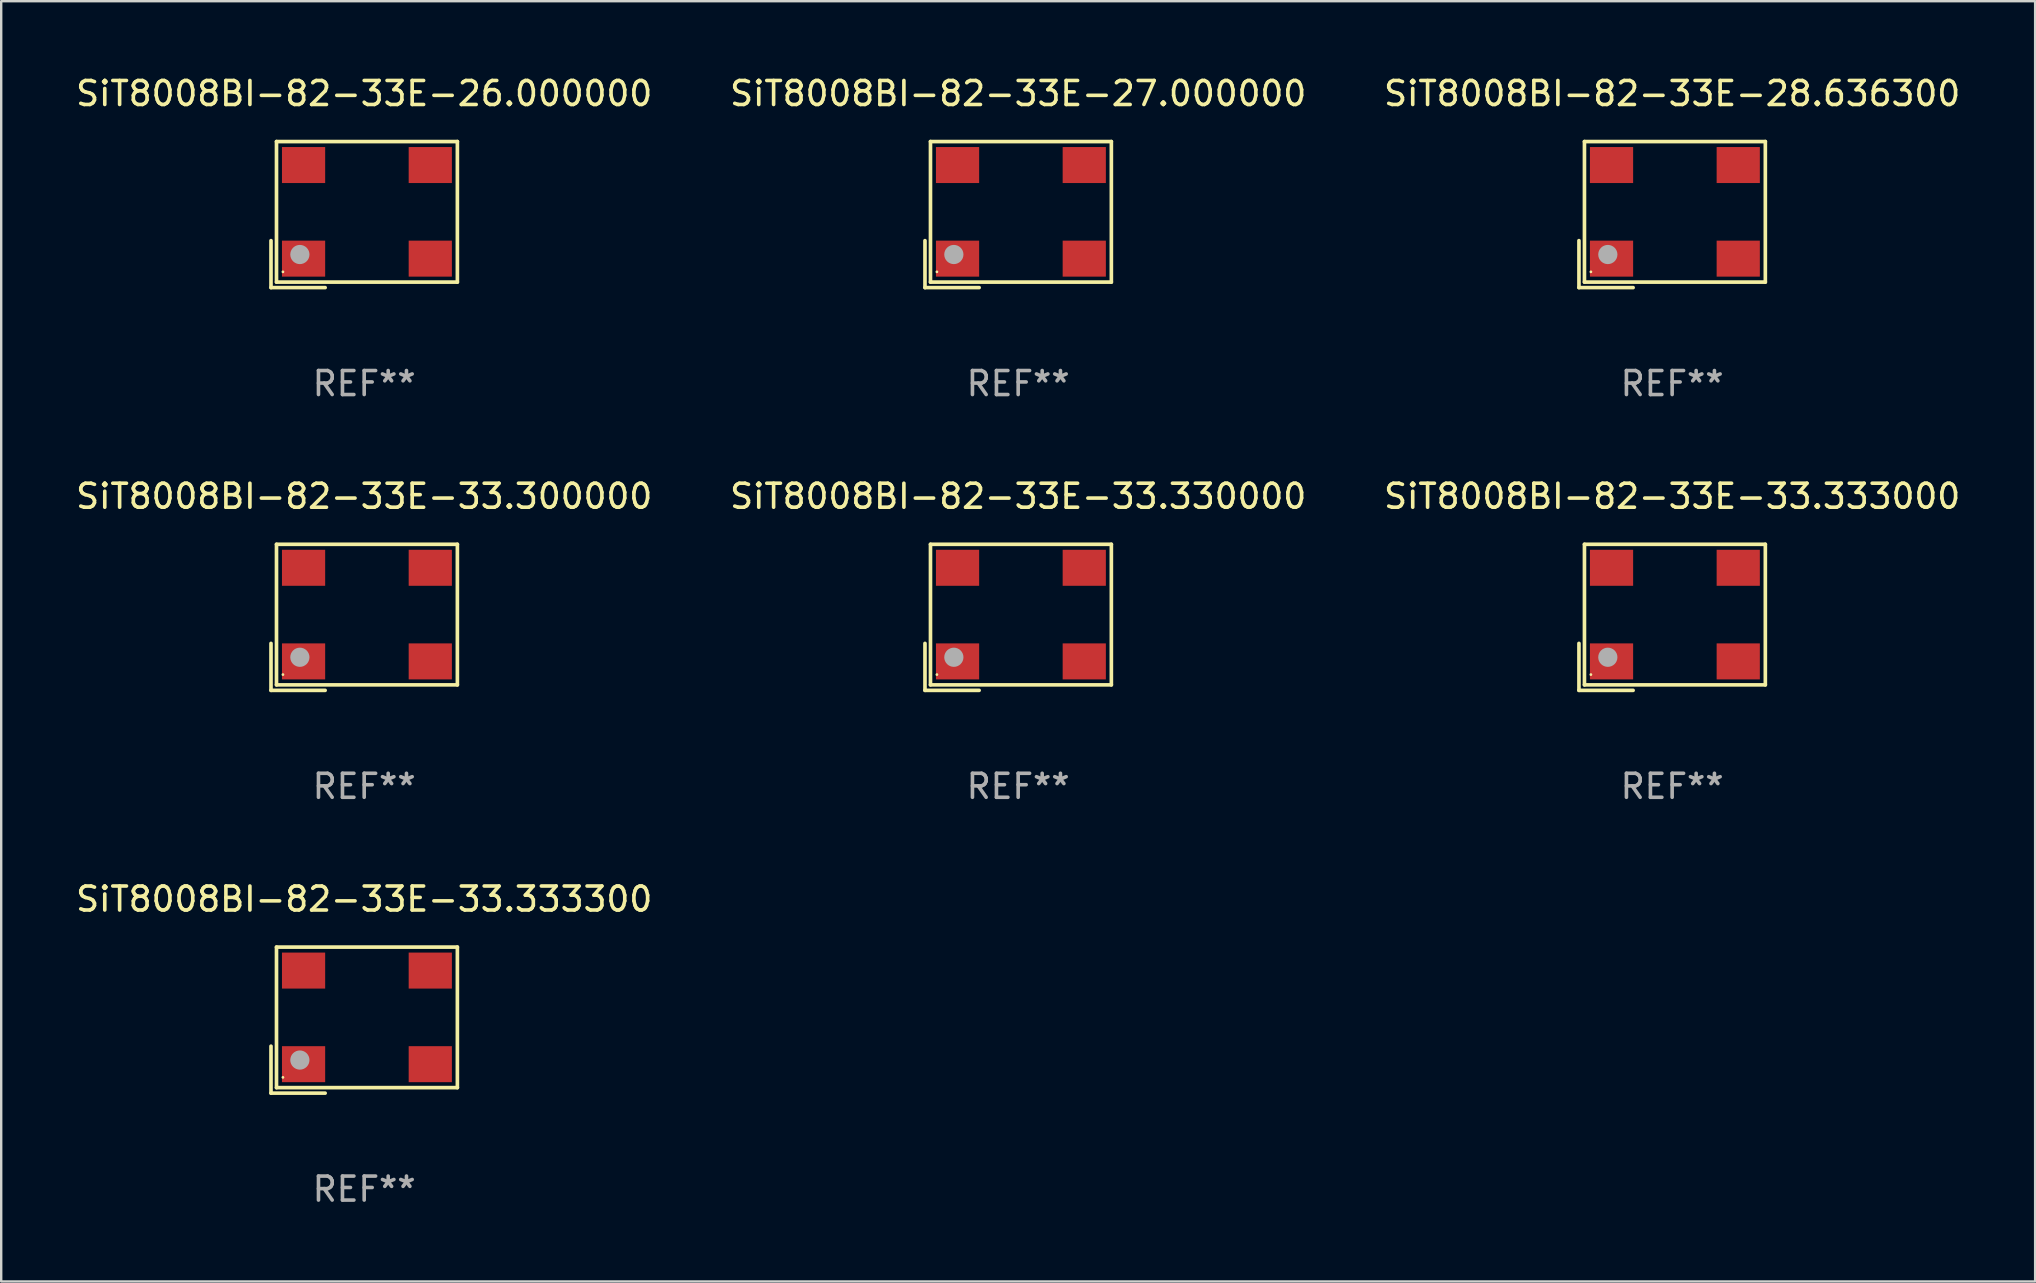
<source format=kicad_pcb>
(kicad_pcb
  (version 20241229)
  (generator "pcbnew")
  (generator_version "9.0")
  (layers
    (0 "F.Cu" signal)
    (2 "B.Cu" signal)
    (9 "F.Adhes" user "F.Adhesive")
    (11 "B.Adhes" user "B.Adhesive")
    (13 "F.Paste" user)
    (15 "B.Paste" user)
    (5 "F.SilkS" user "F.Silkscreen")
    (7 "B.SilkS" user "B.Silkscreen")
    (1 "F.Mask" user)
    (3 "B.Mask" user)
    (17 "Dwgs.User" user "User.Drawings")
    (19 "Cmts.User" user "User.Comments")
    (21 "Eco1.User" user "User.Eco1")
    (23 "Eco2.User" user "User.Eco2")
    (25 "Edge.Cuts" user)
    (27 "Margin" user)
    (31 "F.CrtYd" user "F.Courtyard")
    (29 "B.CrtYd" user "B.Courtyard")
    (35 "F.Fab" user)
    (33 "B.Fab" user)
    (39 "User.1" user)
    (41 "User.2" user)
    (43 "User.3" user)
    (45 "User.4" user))
  (footprint "SiT8008BI-82-33E-33.333300"
    (layer "F.Cu")
    (at 12.125 39.456)
    (property "Reference" "SiT8008BI-82-33E-33.333300" (at 0 -5.043 0) (layer "F.SilkS") (effects (font (size 1 1) (thickness 0.15))))
    (attr through_hole)
    (fp_line (start -3.883 1.086) (end -3.883 3.043) (stroke (width 0.152) (type solid)) (layer "F.SilkS"))
    (fp_line (start -3.883 3.043) (end -1.626 3.043) (stroke (width 0.152) (type solid)) (layer "F.SilkS"))
    (fp_line (start -3.654 -3.043) (end 3.883 -3.043) (stroke (width 0.152) (type solid)) (layer "F.SilkS"))
    (fp_line (start -3.654 2.814) (end -3.654 -3.043) (stroke (width 0.152) (type solid)) (layer "F.SilkS"))
    (fp_line (start 3.883 -3.043) (end 3.883 2.814) (stroke (width 0.152) (type solid)) (layer "F.SilkS"))
    (fp_line (start 3.883 2.814) (end -3.654 2.814) (stroke (width 0.152) (type solid)) (layer "F.SilkS"))
    (fp_circle (center -3.386 2.386) (end -3.356 2.386) (stroke (width 0.06) (type solid)) (fill no) (layer "F.SilkS"))
    (fp_circle (center -2.68 1.664) (end -2.48 1.664) (stroke (width 0.4) (type solid)) (fill no) (layer "F.Fab"))
    (fp_text user "REF**" (at 0 7.043 0) (layer "F.Fab") (effects (font (size 1 1) (thickness 0.15))))
    (pad "1" smd rect (at -2.526 1.836) (size 1.8 1.5) (layers "F.Cu" "F.Mask" "F.Paste"))
    (pad "2" smd rect (at 2.754 1.836) (size 1.8 1.5) (layers "F.Cu" "F.Mask" "F.Paste"))
    (pad "3" smd rect (at 2.754 -2.064) (size 1.8 1.5) (layers "F.Cu" "F.Mask" "F.Paste"))
    (pad "4" smd rect (at -2.526 -2.064) (size 1.8 1.5) (layers "F.Cu" "F.Mask" "F.Paste")))
  (footprint "SiT8008BI-82-33E-33.333000"
    (layer "F.Cu")
    (at 66.625 22.673)
    (property "Reference" "SiT8008BI-82-33E-33.333000" (at 0 -5.043 0) (layer "F.SilkS") (effects (font (size 1 1) (thickness 0.15))))
    (attr through_hole)
    (fp_line (start -3.883 1.086) (end -3.883 3.043) (stroke (width 0.152) (type solid)) (layer "F.SilkS"))
    (fp_line (start -3.883 3.043) (end -1.626 3.043) (stroke (width 0.152) (type solid)) (layer "F.SilkS"))
    (fp_line (start -3.654 -3.043) (end 3.883 -3.043) (stroke (width 0.152) (type solid)) (layer "F.SilkS"))
    (fp_line (start -3.654 2.814) (end -3.654 -3.043) (stroke (width 0.152) (type solid)) (layer "F.SilkS"))
    (fp_line (start 3.883 -3.043) (end 3.883 2.814) (stroke (width 0.152) (type solid)) (layer "F.SilkS"))
    (fp_line (start 3.883 2.814) (end -3.654 2.814) (stroke (width 0.152) (type solid)) (layer "F.SilkS"))
    (fp_circle (center -3.386 2.386) (end -3.356 2.386) (stroke (width 0.06) (type solid)) (fill no) (layer "F.SilkS"))
    (fp_circle (center -2.68 1.664) (end -2.48 1.664) (stroke (width 0.4) (type solid)) (fill no) (layer "F.Fab"))
    (fp_text user "REF**" (at 0 7.043 0) (layer "F.Fab") (effects (font (size 1 1) (thickness 0.15))))
    (pad "1" smd rect (at -2.526 1.836) (size 1.8 1.5) (layers "F.Cu" "F.Mask" "F.Paste"))
    (pad "2" smd rect (at 2.754 1.836) (size 1.8 1.5) (layers "F.Cu" "F.Mask" "F.Paste"))
    (pad "3" smd rect (at 2.754 -2.064) (size 1.8 1.5) (layers "F.Cu" "F.Mask" "F.Paste"))
    (pad "4" smd rect (at -2.526 -2.064) (size 1.8 1.5) (layers "F.Cu" "F.Mask" "F.Paste")))
  (footprint "SiT8008BI-82-33E-33.300000"
    (layer "F.Cu")
    (at 12.125 22.673)
    (property "Reference" "SiT8008BI-82-33E-33.300000" (at 0 -5.043 0) (layer "F.SilkS") (effects (font (size 1 1) (thickness 0.15))))
    (attr through_hole)
    (fp_line (start -3.883 1.086) (end -3.883 3.043) (stroke (width 0.152) (type solid)) (layer "F.SilkS"))
    (fp_line (start -3.883 3.043) (end -1.626 3.043) (stroke (width 0.152) (type solid)) (layer "F.SilkS"))
    (fp_line (start -3.654 -3.043) (end 3.883 -3.043) (stroke (width 0.152) (type solid)) (layer "F.SilkS"))
    (fp_line (start -3.654 2.814) (end -3.654 -3.043) (stroke (width 0.152) (type solid)) (layer "F.SilkS"))
    (fp_line (start 3.883 -3.043) (end 3.883 2.814) (stroke (width 0.152) (type solid)) (layer "F.SilkS"))
    (fp_line (start 3.883 2.814) (end -3.654 2.814) (stroke (width 0.152) (type solid)) (layer "F.SilkS"))
    (fp_circle (center -3.386 2.386) (end -3.356 2.386) (stroke (width 0.06) (type solid)) (fill no) (layer "F.SilkS"))
    (fp_circle (center -2.68 1.664) (end -2.48 1.664) (stroke (width 0.4) (type solid)) (fill no) (layer "F.Fab"))
    (fp_text user "REF**" (at 0 7.043 0) (layer "F.Fab") (effects (font (size 1 1) (thickness 0.15))))
    (pad "1" smd rect (at -2.526 1.836) (size 1.8 1.5) (layers "F.Cu" "F.Mask" "F.Paste"))
    (pad "2" smd rect (at 2.754 1.836) (size 1.8 1.5) (layers "F.Cu" "F.Mask" "F.Paste"))
    (pad "3" smd rect (at 2.754 -2.064) (size 1.8 1.5) (layers "F.Cu" "F.Mask" "F.Paste"))
    (pad "4" smd rect (at -2.526 -2.064) (size 1.8 1.5) (layers "F.Cu" "F.Mask" "F.Paste")))
  (footprint "SiT8008BI-82-33E-33.330000"
    (layer "F.Cu")
    (at 39.375 22.673)
    (property "Reference" "SiT8008BI-82-33E-33.330000" (at 0 -5.043 0) (layer "F.SilkS") (effects (font (size 1 1) (thickness 0.15))))
    (attr through_hole)
    (fp_line (start -3.883 1.086) (end -3.883 3.043) (stroke (width 0.152) (type solid)) (layer "F.SilkS"))
    (fp_line (start -3.883 3.043) (end -1.626 3.043) (stroke (width 0.152) (type solid)) (layer "F.SilkS"))
    (fp_line (start -3.654 -3.043) (end 3.883 -3.043) (stroke (width 0.152) (type solid)) (layer "F.SilkS"))
    (fp_line (start -3.654 2.814) (end -3.654 -3.043) (stroke (width 0.152) (type solid)) (layer "F.SilkS"))
    (fp_line (start 3.883 -3.043) (end 3.883 2.814) (stroke (width 0.152) (type solid)) (layer "F.SilkS"))
    (fp_line (start 3.883 2.814) (end -3.654 2.814) (stroke (width 0.152) (type solid)) (layer "F.SilkS"))
    (fp_circle (center -3.386 2.386) (end -3.356 2.386) (stroke (width 0.06) (type solid)) (fill no) (layer "F.SilkS"))
    (fp_circle (center -2.68 1.664) (end -2.48 1.664) (stroke (width 0.4) (type solid)) (fill no) (layer "F.Fab"))
    (fp_text user "REF**" (at 0 7.043 0) (layer "F.Fab") (effects (font (size 1 1) (thickness 0.15))))
    (pad "1" smd rect (at -2.526 1.836) (size 1.8 1.5) (layers "F.Cu" "F.Mask" "F.Paste"))
    (pad "2" smd rect (at 2.754 1.836) (size 1.8 1.5) (layers "F.Cu" "F.Mask" "F.Paste"))
    (pad "3" smd rect (at 2.754 -2.064) (size 1.8 1.5) (layers "F.Cu" "F.Mask" "F.Paste"))
    (pad "4" smd rect (at -2.526 -2.064) (size 1.8 1.5) (layers "F.Cu" "F.Mask" "F.Paste")))
  (footprint "SiT8008BI-82-33E-28.636300"
    (layer "F.Cu")
    (at 66.625 5.891)
    (property "Reference" "SiT8008BI-82-33E-28.636300" (at 0 -5.043 0) (layer "F.SilkS") (effects (font (size 1 1) (thickness 0.15))))
    (attr through_hole)
    (fp_line (start -3.883 1.086) (end -3.883 3.043) (stroke (width 0.152) (type solid)) (layer "F.SilkS"))
    (fp_line (start -3.883 3.043) (end -1.626 3.043) (stroke (width 0.152) (type solid)) (layer "F.SilkS"))
    (fp_line (start -3.654 -3.043) (end 3.883 -3.043) (stroke (width 0.152) (type solid)) (layer "F.SilkS"))
    (fp_line (start -3.654 2.814) (end -3.654 -3.043) (stroke (width 0.152) (type solid)) (layer "F.SilkS"))
    (fp_line (start 3.883 -3.043) (end 3.883 2.814) (stroke (width 0.152) (type solid)) (layer "F.SilkS"))
    (fp_line (start 3.883 2.814) (end -3.654 2.814) (stroke (width 0.152) (type solid)) (layer "F.SilkS"))
    (fp_circle (center -3.386 2.386) (end -3.356 2.386) (stroke (width 0.06) (type solid)) (fill no) (layer "F.SilkS"))
    (fp_circle (center -2.68 1.664) (end -2.48 1.664) (stroke (width 0.4) (type solid)) (fill no) (layer "F.Fab"))
    (fp_text user "REF**" (at 0 7.043 0) (layer "F.Fab") (effects (font (size 1 1) (thickness 0.15))))
    (pad "1" smd rect (at -2.526 1.836) (size 1.8 1.5) (layers "F.Cu" "F.Mask" "F.Paste"))
    (pad "2" smd rect (at 2.754 1.836) (size 1.8 1.5) (layers "F.Cu" "F.Mask" "F.Paste"))
    (pad "3" smd rect (at 2.754 -2.064) (size 1.8 1.5) (layers "F.Cu" "F.Mask" "F.Paste"))
    (pad "4" smd rect (at -2.526 -2.064) (size 1.8 1.5) (layers "F.Cu" "F.Mask" "F.Paste")))
  (footprint "SiT8008BI-82-33E-27.000000"
    (layer "F.Cu")
    (at 39.375 5.891)
    (property "Reference" "SiT8008BI-82-33E-27.000000" (at 0 -5.043 0) (layer "F.SilkS") (effects (font (size 1 1) (thickness 0.15))))
    (attr through_hole)
    (fp_line (start -3.883 1.086) (end -3.883 3.043) (stroke (width 0.152) (type solid)) (layer "F.SilkS"))
    (fp_line (start -3.883 3.043) (end -1.626 3.043) (stroke (width 0.152) (type solid)) (layer "F.SilkS"))
    (fp_line (start -3.654 -3.043) (end 3.883 -3.043) (stroke (width 0.152) (type solid)) (layer "F.SilkS"))
    (fp_line (start -3.654 2.814) (end -3.654 -3.043) (stroke (width 0.152) (type solid)) (layer "F.SilkS"))
    (fp_line (start 3.883 -3.043) (end 3.883 2.814) (stroke (width 0.152) (type solid)) (layer "F.SilkS"))
    (fp_line (start 3.883 2.814) (end -3.654 2.814) (stroke (width 0.152) (type solid)) (layer "F.SilkS"))
    (fp_circle (center -3.386 2.386) (end -3.356 2.386) (stroke (width 0.06) (type solid)) (fill no) (layer "F.SilkS"))
    (fp_circle (center -2.68 1.664) (end -2.48 1.664) (stroke (width 0.4) (type solid)) (fill no) (layer "F.Fab"))
    (fp_text user "REF**" (at 0 7.043 0) (layer "F.Fab") (effects (font (size 1 1) (thickness 0.15))))
    (pad "1" smd rect (at -2.526 1.836) (size 1.8 1.5) (layers "F.Cu" "F.Mask" "F.Paste"))
    (pad "2" smd rect (at 2.754 1.836) (size 1.8 1.5) (layers "F.Cu" "F.Mask" "F.Paste"))
    (pad "3" smd rect (at 2.754 -2.064) (size 1.8 1.5) (layers "F.Cu" "F.Mask" "F.Paste"))
    (pad "4" smd rect (at -2.526 -2.064) (size 1.8 1.5) (layers "F.Cu" "F.Mask" "F.Paste")))
  (footprint "SiT8008BI-82-33E-26.000000"
    (layer "F.Cu")
    (at 12.125 5.891)
    (property "Reference" "SiT8008BI-82-33E-26.000000" (at 0 -5.043 0) (layer "F.SilkS") (effects (font (size 1 1) (thickness 0.15))))
    (attr through_hole)
    (fp_line (start -3.883 1.086) (end -3.883 3.043) (stroke (width 0.152) (type solid)) (layer "F.SilkS"))
    (fp_line (start -3.883 3.043) (end -1.626 3.043) (stroke (width 0.152) (type solid)) (layer "F.SilkS"))
    (fp_line (start -3.654 -3.043) (end 3.883 -3.043) (stroke (width 0.152) (type solid)) (layer "F.SilkS"))
    (fp_line (start -3.654 2.814) (end -3.654 -3.043) (stroke (width 0.152) (type solid)) (layer "F.SilkS"))
    (fp_line (start 3.883 -3.043) (end 3.883 2.814) (stroke (width 0.152) (type solid)) (layer "F.SilkS"))
    (fp_line (start 3.883 2.814) (end -3.654 2.814) (stroke (width 0.152) (type solid)) (layer "F.SilkS"))
    (fp_circle (center -3.386 2.386) (end -3.356 2.386) (stroke (width 0.06) (type solid)) (fill no) (layer "F.SilkS"))
    (fp_circle (center -2.68 1.664) (end -2.48 1.664) (stroke (width 0.4) (type solid)) (fill no) (layer "F.Fab"))
    (fp_text user "REF**" (at 0 7.043 0) (layer "F.Fab") (effects (font (size 1 1) (thickness 0.15))))
    (pad "1" smd rect (at -2.526 1.836) (size 1.8 1.5) (layers "F.Cu" "F.Mask" "F.Paste"))
    (pad "2" smd rect (at 2.754 1.836) (size 1.8 1.5) (layers "F.Cu" "F.Mask" "F.Paste"))
    (pad "3" smd rect (at 2.754 -2.064) (size 1.8 1.5) (layers "F.Cu" "F.Mask" "F.Paste"))
    (pad "4" smd rect (at -2.526 -2.064) (size 1.8 1.5) (layers "F.Cu" "F.Mask" "F.Paste")))
  (gr_rect
    (start -3 -3)
    (end 81.75 50.347)
    (stroke (width 0.1) (type default))
    (fill no)
    (layer "Edge.Cuts")))
</source>
